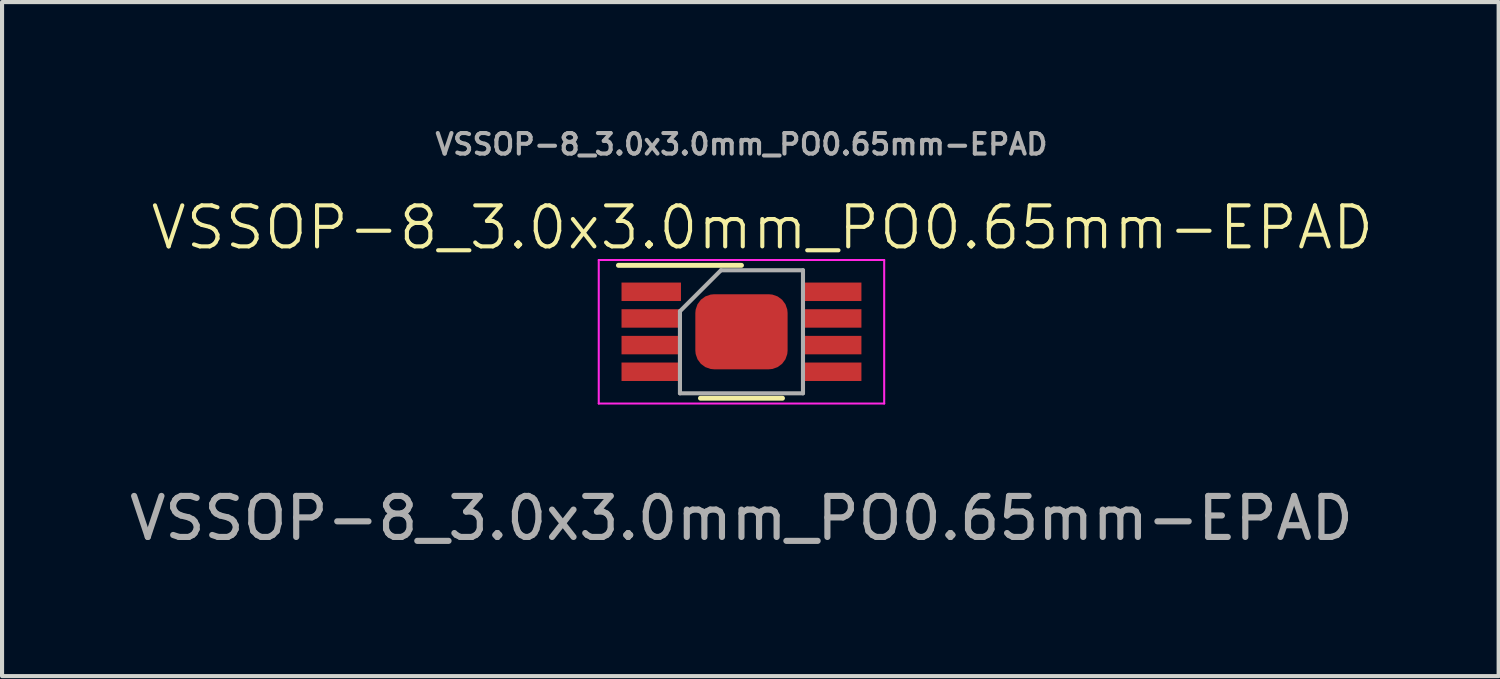
<source format=kicad_pcb>
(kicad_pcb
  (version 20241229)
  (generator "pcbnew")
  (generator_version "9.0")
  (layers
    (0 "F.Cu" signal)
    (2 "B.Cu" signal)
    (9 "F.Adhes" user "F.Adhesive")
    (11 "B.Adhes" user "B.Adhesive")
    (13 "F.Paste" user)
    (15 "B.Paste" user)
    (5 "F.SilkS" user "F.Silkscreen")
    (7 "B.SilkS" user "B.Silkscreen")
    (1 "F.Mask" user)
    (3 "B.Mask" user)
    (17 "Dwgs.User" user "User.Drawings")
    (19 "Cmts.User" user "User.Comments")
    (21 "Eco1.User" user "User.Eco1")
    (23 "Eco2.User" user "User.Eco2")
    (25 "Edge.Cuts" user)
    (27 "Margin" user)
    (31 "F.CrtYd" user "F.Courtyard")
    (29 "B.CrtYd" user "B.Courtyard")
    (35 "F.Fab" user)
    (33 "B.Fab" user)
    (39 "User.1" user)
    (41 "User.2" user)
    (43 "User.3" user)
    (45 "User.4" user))
  (footprint "VSSOP-8_3.0x3.0mm_PO0.65mm-EPAD"
    (layer "F.Cu")
    (at 15.03 5.04)
    (property "Reference" "VSSOP-8_3.0x3.0mm_PO0.65mm-EPAD" (at 0.508 -2.54 0) (unlocked yes) (layer "F.SilkS") (effects (font (size 1 1) (thickness 0.1))))
    (attr smd)
    (fp_line (start 0 -1.62) (end -3 -1.62) (stroke (width 0.12) (type solid)) (layer "F.SilkS"))
    (fp_line (start 1 1.62) (end -1 1.62) (stroke (width 0.12) (type solid)) (layer "F.SilkS"))
    (fp_line (start -3.48 -1.75) (end 3.48 -1.75) (stroke (width 0.05) (type solid)) (layer "F.CrtYd"))
    (fp_line (start -3.48 1.75) (end -3.48 -1.75) (stroke (width 0.05) (type solid)) (layer "F.CrtYd"))
    (fp_line (start 3.48 -1.75) (end 3.48 1.75) (stroke (width 0.05) (type solid)) (layer "F.CrtYd"))
    (fp_line (start 3.48 1.75) (end -3.48 1.75) (stroke (width 0.05) (type solid)) (layer "F.CrtYd"))
    (fp_line (start -1.5 1.5) (end -1.5 -0.5) (stroke (width 0.1) (type solid)) (layer "F.Fab"))
    (fp_line (start -0.5 -1.5) (end -1.5 -0.5) (stroke (width 0.1) (type solid)) (layer "F.Fab"))
    (fp_line (start -0.5 -1.5) (end 1.5 -1.5) (stroke (width 0.1) (type solid)) (layer "F.Fab"))
    (fp_line (start 1.5 -1.5) (end 1.5 1.5) (stroke (width 0.1) (type solid)) (layer "F.Fab"))
    (fp_line (start 1.5 1.5) (end -1.5 1.5) (stroke (width 0.1) (type solid)) (layer "F.Fab"))
    (fp_text user "${REFERENCE}" (at 0 4.548 0) (unlocked yes) (layer "F.Fab") (effects (font (size 1 1) (thickness 0.15))))
    (fp_text user "${REFERENCE}" (at 0 -4.572 0) (layer "F.Fab") (effects (font (size 0.5 0.5) (thickness 0.1))))
    (pad "1" smd rect (at -2.2 -0.975 270) (size 0.45 1.45) (layers "F.Cu" "F.Mask" "F.Paste"))
    (pad "2" smd rect (at -2.2 -0.325 270) (size 0.45 1.45) (layers "F.Cu" "F.Mask" "F.Paste"))
    (pad "3" smd rect (at -2.2 0.325 270) (size 0.45 1.45) (layers "F.Cu" "F.Mask" "F.Paste"))
    (pad "4" smd rect (at -2.2 0.975 270) (size 0.45 1.45) (layers "F.Cu" "F.Mask" "F.Paste"))
    (pad "5" smd rect (at 2.2 0.975 270) (size 0.45 1.45) (layers "F.Cu" "F.Mask" "F.Paste"))
    (pad "6" smd rect (at 2.2 0.325 270) (size 0.45 1.45) (layers "F.Cu" "F.Mask" "F.Paste"))
    (pad "7" smd rect (at 2.2 -0.325 270) (size 0.45 1.45) (layers "F.Cu" "F.Mask" "F.Paste"))
    (pad "8" smd rect (at 2.2 -0.975 270) (size 0.45 1.45) (layers "F.Cu" "F.Mask" "F.Paste"))
    (pad "9" smd roundrect (at 0 0) (size 2.25 1.83) (layers "F.Cu" "F.Mask" "F.Paste") (roundrect_rratio 0.25)))
  (gr_rect
    (start -3 -3)
    (end 33.493 13.436)
    (stroke (width 0.1) (type default))
    (fill no)
    (layer "Edge.Cuts")))
</source>
